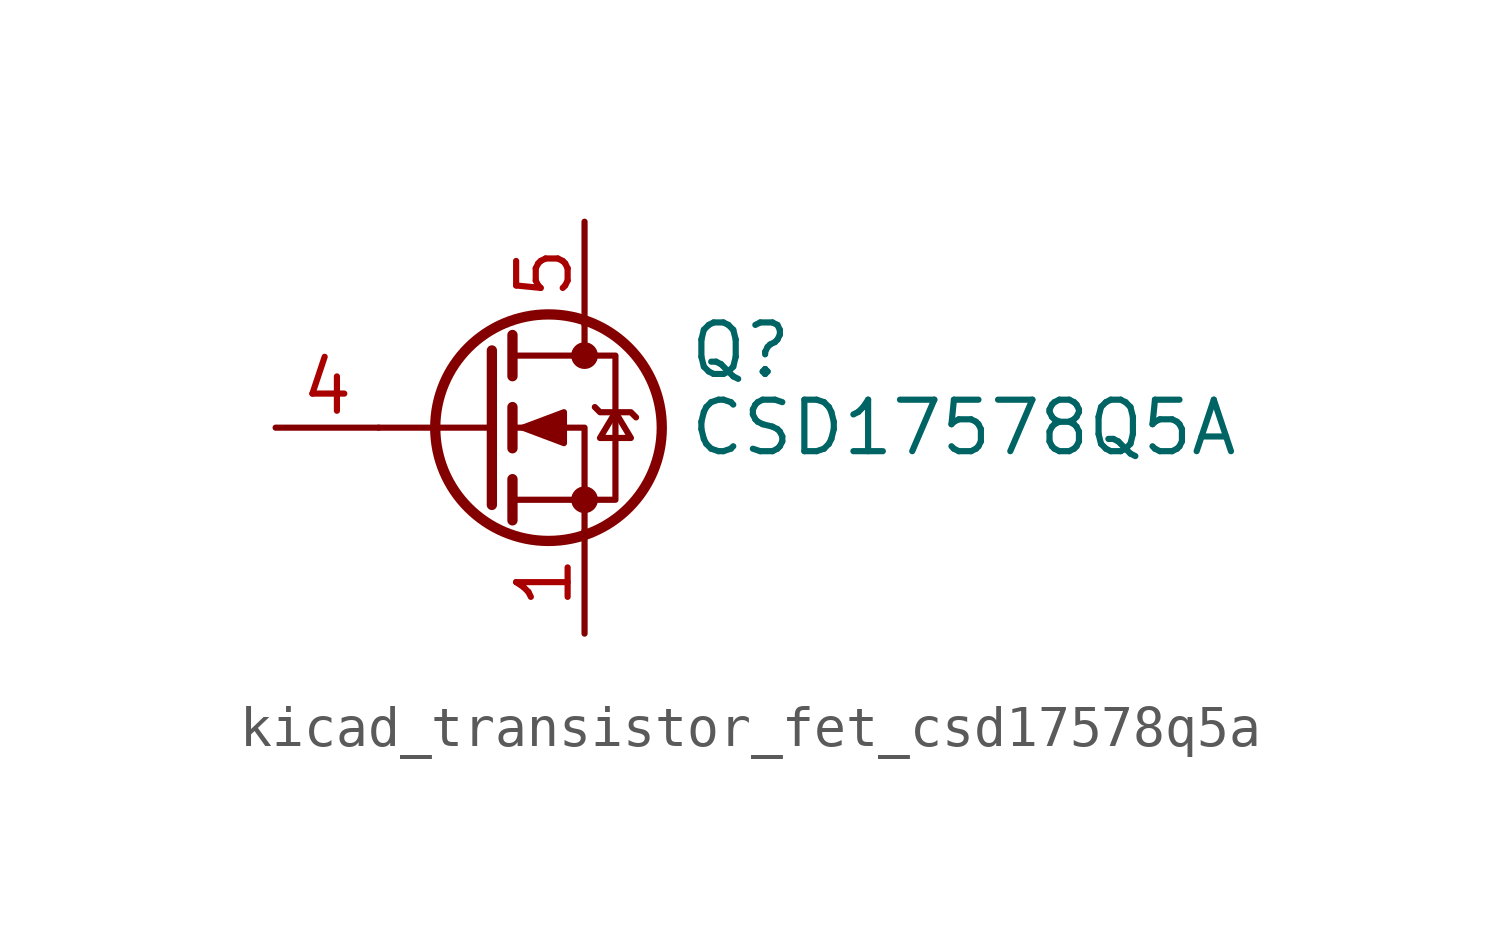
<source format=kicad_sym>
(kicad_symbol_lib
  (version 20220914)
  (generator kicad_symbol_editor)
  (symbol "kicad_transistor_fet_csd17578q5a"
    (pin_names hide)
    (property "Reference" "Q"
      (at 5.08 1.905 0)
      (effects (font (size 1.27 1.27)) (justify left)))
    (property "Value" "CSD17578Q5A"
      (at 5.08 0 0)
      (effects (font (size 1.27 1.27)) (justify left)))
    (symbol "kicad_transistor_fet_csd17578q5a_0_1"
      (polyline (pts (xy 0.254 0) (xy -2.54 0)) (stroke (width 0) (type default)) (fill (type none)))
      (polyline (pts (xy 0.254 1.905) (xy 0.254 -1.905)) (stroke (width 0.254) (type default)) (fill (type none)))
      (polyline (pts (xy 0.762 -1.27) (xy 0.762 -2.286)) (stroke (width 0.254) (type default)) (fill (type none)))
      (polyline (pts (xy 0.762 0.508) (xy 0.762 -0.508)) (stroke (width 0.254) (type default)) (fill (type none)))
      (polyline (pts (xy 0.762 2.286) (xy 0.762 1.27)) (stroke (width 0.254) (type default)) (fill (type none)))
      (polyline (pts (xy 2.54 2.54) (xy 2.54 1.778)) (stroke (width 0) (type default)) (fill (type none)))
      (polyline (pts (xy 2.54 -2.54) (xy 2.54 0) (xy 0.762 0)) (stroke (width 0) (type default)) (fill (type none)))
      (polyline (pts (xy 0.762 -1.778) (xy 3.302 -1.778) (xy 3.302 1.778) (xy 0.762 1.778)) (stroke (width 0) (type default)) (fill (type none)))
      (polyline (pts (xy 1.016 0) (xy 2.032 0.381) (xy 2.032 -0.381) (xy 1.016 0)) (stroke (width 0) (type default)) (fill (type outline)))
      (polyline (pts (xy 2.794 0.508) (xy 2.921 0.381) (xy 3.683 0.381) (xy 3.81 0.254)) (stroke (width 0) (type default)) (fill (type none)))
      (polyline (pts (xy 3.302 0.381) (xy 2.921 -0.254) (xy 3.683 -0.254) (xy 3.302 0.381)) (stroke (width 0) (type default)) (fill (type none)))
      (circle (center 1.651 0) (radius 2.794) (stroke (width 0.254) (type default)) (fill (type none)))
      (circle (center 2.54 -1.778) (radius 0.254) (stroke (width 0) (type default)) (fill (type outline)))
      (circle (center 2.54 1.778) (radius 0.254) (stroke (width 0) (type default)) (fill (type outline))))
    (symbol "kicad_transistor_fet_csd17578q5a_1_1"
      (pin passive line (at 2.54 -5.08 90) (length 2.54) (name "S" (effects (font (size 1.27 1.27)))) (number "1" (effects (font (size 1.27 1.27)))))
      (pin passive line (at 2.54 -5.08 90) (length 2.54) hide (name "S" (effects (font (size 1.27 1.27)))) (number "2" (effects (font (size 1.27 1.27)))))
      (pin passive line (at 2.54 -5.08 90) (length 2.54) hide (name "S" (effects (font (size 1.27 1.27)))) (number "3" (effects (font (size 1.27 1.27)))))
      (pin passive line (at -5.08 0 0) (length 2.54) (name "G" (effects (font (size 1.27 1.27)))) (number "4" (effects (font (size 1.27 1.27)))))
      (pin passive line (at 2.54 5.08 270) (length 2.54) (name "D" (effects (font (size 1.27 1.27)))) (number "5" (effects (font (size 1.27 1.27))))))))
</source>
